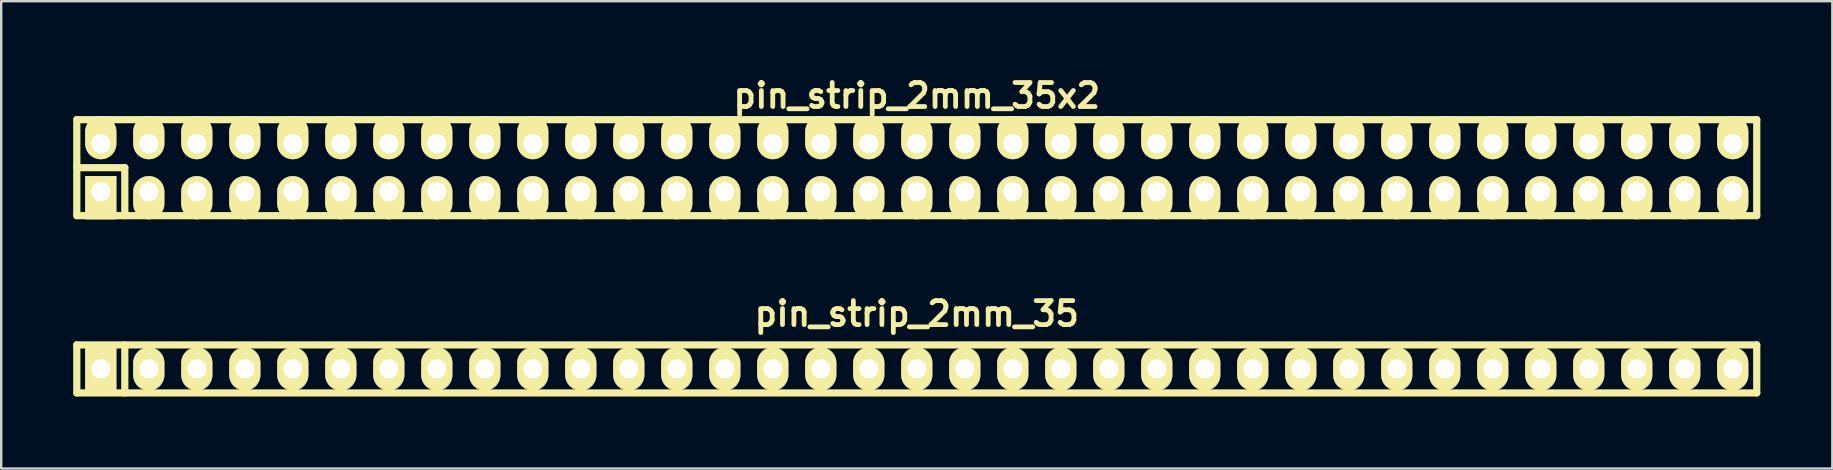
<source format=kicad_pcb>
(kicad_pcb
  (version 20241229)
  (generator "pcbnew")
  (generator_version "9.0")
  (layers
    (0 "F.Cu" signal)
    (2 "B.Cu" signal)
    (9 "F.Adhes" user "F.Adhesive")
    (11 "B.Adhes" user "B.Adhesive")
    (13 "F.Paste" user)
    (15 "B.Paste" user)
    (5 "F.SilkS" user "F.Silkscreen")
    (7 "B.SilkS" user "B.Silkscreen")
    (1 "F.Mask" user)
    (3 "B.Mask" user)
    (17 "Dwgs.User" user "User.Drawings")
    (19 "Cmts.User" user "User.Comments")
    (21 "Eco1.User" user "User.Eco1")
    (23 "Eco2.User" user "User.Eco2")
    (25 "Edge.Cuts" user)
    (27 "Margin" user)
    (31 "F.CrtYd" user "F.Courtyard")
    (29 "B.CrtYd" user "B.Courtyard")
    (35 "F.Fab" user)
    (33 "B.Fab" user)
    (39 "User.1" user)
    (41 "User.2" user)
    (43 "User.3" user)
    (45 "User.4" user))
  (footprint "pin_strip_2mm_35"
    (layer "F.Cu")
    (at 35.15 12.322)
    (property "Reference" "pin_strip_2mm_35" (at 0 -2.3 0) (layer "F.SilkS") (effects (font (size 1 1) (thickness 0.2))))
    (attr through_hole)
    (fp_line (start -35 -1) (end 35 -1) (stroke (width 0.3) (type solid)) (layer "F.SilkS"))
    (fp_line (start -35 1) (end -35 -1) (stroke (width 0.3) (type solid)) (layer "F.SilkS"))
    (fp_line (start -33 -1) (end -33 1) (stroke (width 0.3) (type solid)) (layer "F.SilkS"))
    (fp_line (start 35 -1) (end 35 1) (stroke (width 0.3) (type solid)) (layer "F.SilkS"))
    (fp_line (start 35 1) (end -35 1) (stroke (width 0.3) (type solid)) (layer "F.SilkS"))
    (pad "1" thru_hole rect (at -34 0) (size 1.3 1.8) (drill 0.8) (layers "*.Cu" "*.Mask" "F.SilkS"))
    (pad "2" thru_hole oval (at -32 0) (size 1.3 1.8) (drill 0.8) (layers "*.Cu" "*.Mask" "F.SilkS"))
    (pad "3" thru_hole oval (at -30 0) (size 1.3 1.8) (drill 0.8) (layers "*.Cu" "*.Mask" "F.SilkS"))
    (pad "4" thru_hole oval (at -28 0) (size 1.3 1.8) (drill 0.8) (layers "*.Cu" "*.Mask" "F.SilkS"))
    (pad "5" thru_hole oval (at -26 0) (size 1.3 1.8) (drill 0.8) (layers "*.Cu" "*.Mask" "F.SilkS"))
    (pad "6" thru_hole oval (at -24 0) (size 1.3 1.8) (drill 0.8) (layers "*.Cu" "*.Mask" "F.SilkS"))
    (pad "7" thru_hole oval (at -22 0) (size 1.3 1.8) (drill 0.8) (layers "*.Cu" "*.Mask" "F.SilkS"))
    (pad "8" thru_hole oval (at -20 0) (size 1.3 1.8) (drill 0.8) (layers "*.Cu" "*.Mask" "F.SilkS"))
    (pad "9" thru_hole oval (at -18 0) (size 1.3 1.8) (drill 0.8) (layers "*.Cu" "*.Mask" "F.SilkS"))
    (pad "10" thru_hole oval (at -16 0) (size 1.3 1.8) (drill 0.8) (layers "*.Cu" "*.Mask" "F.SilkS"))
    (pad "11" thru_hole oval (at -14 0) (size 1.3 1.8) (drill 0.8) (layers "*.Cu" "*.Mask" "F.SilkS"))
    (pad "12" thru_hole oval (at -12 0) (size 1.3 1.8) (drill 0.8) (layers "*.Cu" "*.Mask" "F.SilkS"))
    (pad "13" thru_hole oval (at -10 0) (size 1.3 1.8) (drill 0.8) (layers "*.Cu" "*.Mask" "F.SilkS"))
    (pad "14" thru_hole oval (at -8 0) (size 1.3 1.8) (drill 0.8) (layers "*.Cu" "*.Mask" "F.SilkS"))
    (pad "15" thru_hole oval (at -6 0) (size 1.3 1.8) (drill 0.8) (layers "*.Cu" "*.Mask" "F.SilkS"))
    (pad "16" thru_hole oval (at -4 0) (size 1.3 1.8) (drill 0.8) (layers "*.Cu" "*.Mask" "F.SilkS"))
    (pad "17" thru_hole oval (at -2 0) (size 1.3 1.8) (drill 0.8) (layers "*.Cu" "*.Mask" "F.SilkS"))
    (pad "18" thru_hole oval (at 0 0) (size 1.3 1.8) (drill 0.8) (layers "*.Cu" "*.Mask" "F.SilkS"))
    (pad "19" thru_hole oval (at 2 0) (size 1.3 1.8) (drill 0.8) (layers "*.Cu" "*.Mask" "F.SilkS"))
    (pad "20" thru_hole oval (at 4 0) (size 1.3 1.8) (drill 0.8) (layers "*.Cu" "*.Mask" "F.SilkS"))
    (pad "21" thru_hole oval (at 6 0) (size 1.3 1.8) (drill 0.8) (layers "*.Cu" "*.Mask" "F.SilkS"))
    (pad "22" thru_hole oval (at 8 0) (size 1.3 1.8) (drill 0.8) (layers "*.Cu" "*.Mask" "F.SilkS"))
    (pad "23" thru_hole oval (at 10 0) (size 1.3 1.8) (drill 0.8) (layers "*.Cu" "*.Mask" "F.SilkS"))
    (pad "24" thru_hole oval (at 12 0) (size 1.3 1.8) (drill 0.8) (layers "*.Cu" "*.Mask" "F.SilkS"))
    (pad "25" thru_hole oval (at 14 0) (size 1.3 1.8) (drill 0.8) (layers "*.Cu" "*.Mask" "F.SilkS"))
    (pad "26" thru_hole oval (at 16 0) (size 1.3 1.8) (drill 0.8) (layers "*.Cu" "*.Mask" "F.SilkS"))
    (pad "27" thru_hole oval (at 18 0) (size 1.3 1.8) (drill 0.8) (layers "*.Cu" "*.Mask" "F.SilkS"))
    (pad "28" thru_hole oval (at 20 0) (size 1.3 1.8) (drill 0.8) (layers "*.Cu" "*.Mask" "F.SilkS"))
    (pad "29" thru_hole oval (at 22 0) (size 1.3 1.8) (drill 0.8) (layers "*.Cu" "*.Mask" "F.SilkS"))
    (pad "30" thru_hole oval (at 24 0) (size 1.3 1.8) (drill 0.8) (layers "*.Cu" "*.Mask" "F.SilkS"))
    (pad "31" thru_hole oval (at 26 0) (size 1.3 1.8) (drill 0.8) (layers "*.Cu" "*.Mask" "F.SilkS"))
    (pad "32" thru_hole oval (at 28 0) (size 1.3 1.8) (drill 0.8) (layers "*.Cu" "*.Mask" "F.SilkS"))
    (pad "33" thru_hole oval (at 30 0) (size 1.3 1.8) (drill 0.8) (layers "*.Cu" "*.Mask" "F.SilkS"))
    (pad "34" thru_hole oval (at 32 0) (size 1.3 1.8) (drill 0.8) (layers "*.Cu" "*.Mask" "F.SilkS"))
    (pad "35" thru_hole oval (at 34 0) (size 1.3 1.8) (drill 0.8) (layers "*.Cu" "*.Mask" "F.SilkS")))
  (footprint "pin_strip_2mm_35x2"
    (layer "F.Cu")
    (at 35.15 3.936)
    (property "Reference" "pin_strip_2mm_35x2" (at 0 -3 0) (layer "F.SilkS") (effects (font (size 1 1) (thickness 0.2))))
    (attr through_hole)
    (fp_line (start -35 -2) (end 35 -2) (stroke (width 0.3) (type solid)) (layer "F.SilkS"))
    (fp_line (start -35 0) (end -33 0) (stroke (width 0.3) (type solid)) (layer "F.SilkS"))
    (fp_line (start -35 2) (end -35 -2) (stroke (width 0.3) (type solid)) (layer "F.SilkS"))
    (fp_line (start -33 0) (end -33 2) (stroke (width 0.3) (type solid)) (layer "F.SilkS"))
    (fp_line (start 35 -2) (end 35 2) (stroke (width 0.3) (type solid)) (layer "F.SilkS"))
    (fp_line (start 35 2) (end -35 2) (stroke (width 0.3) (type solid)) (layer "F.SilkS"))
    (pad "1" thru_hole rect (at -34 1) (size 1.3 1.8) (drill 0.8 (offset 0 0.25)) (layers "*.Cu" "*.Mask" "F.SilkS"))
    (pad "2" thru_hole oval (at -34 -1) (size 1.3 1.8) (drill 0.8 (offset 0 -0.25)) (layers "*.Cu" "*.Mask" "F.SilkS"))
    (pad "3" thru_hole oval (at -32 1) (size 1.3 1.8) (drill 0.8 (offset 0 0.25)) (layers "*.Cu" "*.Mask" "F.SilkS"))
    (pad "4" thru_hole oval (at -32 -1) (size 1.3 1.8) (drill 0.8 (offset 0 -0.25)) (layers "*.Cu" "*.Mask" "F.SilkS"))
    (pad "5" thru_hole oval (at -30 1) (size 1.3 1.8) (drill 0.8 (offset 0 0.25)) (layers "*.Cu" "*.Mask" "F.SilkS"))
    (pad "6" thru_hole oval (at -30 -1) (size 1.3 1.8) (drill 0.8 (offset 0 -0.25)) (layers "*.Cu" "*.Mask" "F.SilkS"))
    (pad "7" thru_hole oval (at -28 1) (size 1.3 1.8) (drill 0.8 (offset 0 0.25)) (layers "*.Cu" "*.Mask" "F.SilkS"))
    (pad "8" thru_hole oval (at -28 -1) (size 1.3 1.8) (drill 0.8 (offset 0 -0.25)) (layers "*.Cu" "*.Mask" "F.SilkS"))
    (pad "9" thru_hole oval (at -26 1) (size 1.3 1.8) (drill 0.8 (offset 0 0.25)) (layers "*.Cu" "*.Mask" "F.SilkS"))
    (pad "10" thru_hole oval (at -26 -1) (size 1.3 1.8) (drill 0.8 (offset 0 -0.25)) (layers "*.Cu" "*.Mask" "F.SilkS"))
    (pad "11" thru_hole oval (at -24 1) (size 1.3 1.8) (drill 0.8 (offset 0 0.25)) (layers "*.Cu" "*.Mask" "F.SilkS"))
    (pad "12" thru_hole oval (at -24 -1) (size 1.3 1.8) (drill 0.8 (offset 0 -0.25)) (layers "*.Cu" "*.Mask" "F.SilkS"))
    (pad "13" thru_hole oval (at -22 1) (size 1.3 1.8) (drill 0.8 (offset 0 0.25)) (layers "*.Cu" "*.Mask" "F.SilkS"))
    (pad "14" thru_hole oval (at -22 -1) (size 1.3 1.8) (drill 0.8 (offset 0 -0.25)) (layers "*.Cu" "*.Mask" "F.SilkS"))
    (pad "15" thru_hole oval (at -20 1) (size 1.3 1.8) (drill 0.8 (offset 0 0.25)) (layers "*.Cu" "*.Mask" "F.SilkS"))
    (pad "16" thru_hole oval (at -20 -1) (size 1.3 1.8) (drill 0.8 (offset 0 -0.25)) (layers "*.Cu" "*.Mask" "F.SilkS"))
    (pad "17" thru_hole oval (at -18 1) (size 1.3 1.8) (drill 0.8 (offset 0 0.25)) (layers "*.Cu" "*.Mask" "F.SilkS"))
    (pad "18" thru_hole oval (at -18 -1) (size 1.3 1.8) (drill 0.8 (offset 0 -0.25)) (layers "*.Cu" "*.Mask" "F.SilkS"))
    (pad "19" thru_hole oval (at -16 1) (size 1.3 1.8) (drill 0.8 (offset 0 0.25)) (layers "*.Cu" "*.Mask" "F.SilkS"))
    (pad "20" thru_hole oval (at -16 -1) (size 1.3 1.8) (drill 0.8 (offset 0 -0.25)) (layers "*.Cu" "*.Mask" "F.SilkS"))
    (pad "21" thru_hole oval (at -14 1) (size 1.3 1.8) (drill 0.8 (offset 0 0.25)) (layers "*.Cu" "*.Mask" "F.SilkS"))
    (pad "22" thru_hole oval (at -14 -1) (size 1.3 1.8) (drill 0.8 (offset 0 -0.25)) (layers "*.Cu" "*.Mask" "F.SilkS"))
    (pad "23" thru_hole oval (at -12 1) (size 1.3 1.8) (drill 0.8 (offset 0 0.25)) (layers "*.Cu" "*.Mask" "F.SilkS"))
    (pad "24" thru_hole oval (at -12 -1) (size 1.3 1.8) (drill 0.8 (offset 0 -0.25)) (layers "*.Cu" "*.Mask" "F.SilkS"))
    (pad "25" thru_hole oval (at -10 1) (size 1.3 1.8) (drill 0.8 (offset 0 0.25)) (layers "*.Cu" "*.Mask" "F.SilkS"))
    (pad "26" thru_hole oval (at -10 -1) (size 1.3 1.8) (drill 0.8 (offset 0 -0.25)) (layers "*.Cu" "*.Mask" "F.SilkS"))
    (pad "27" thru_hole oval (at -8 1) (size 1.3 1.8) (drill 0.8 (offset 0 0.25)) (layers "*.Cu" "*.Mask" "F.SilkS"))
    (pad "28" thru_hole oval (at -8 -1) (size 1.3 1.8) (drill 0.8 (offset 0 -0.25)) (layers "*.Cu" "*.Mask" "F.SilkS"))
    (pad "29" thru_hole oval (at -6 1) (size 1.3 1.8) (drill 0.8 (offset 0 0.25)) (layers "*.Cu" "*.Mask" "F.SilkS"))
    (pad "30" thru_hole oval (at -6 -1) (size 1.3 1.8) (drill 0.8 (offset 0 -0.25)) (layers "*.Cu" "*.Mask" "F.SilkS"))
    (pad "31" thru_hole oval (at -4 1) (size 1.3 1.8) (drill 0.8 (offset 0 0.25)) (layers "*.Cu" "*.Mask" "F.SilkS"))
    (pad "32" thru_hole oval (at -4 -1) (size 1.3 1.8) (drill 0.8 (offset 0 -0.25)) (layers "*.Cu" "*.Mask" "F.SilkS"))
    (pad "33" thru_hole oval (at -2 1) (size 1.3 1.8) (drill 0.8 (offset 0 0.25)) (layers "*.Cu" "*.Mask" "F.SilkS"))
    (pad "34" thru_hole oval (at -2 -1) (size 1.3 1.8) (drill 0.8 (offset 0 -0.25)) (layers "*.Cu" "*.Mask" "F.SilkS"))
    (pad "35" thru_hole oval (at 0 1) (size 1.3 1.8) (drill 0.8 (offset 0 0.25)) (layers "*.Cu" "*.Mask" "F.SilkS"))
    (pad "36" thru_hole oval (at 0 -1) (size 1.3 1.8) (drill 0.8 (offset 0 -0.25)) (layers "*.Cu" "*.Mask" "F.SilkS"))
    (pad "37" thru_hole oval (at 2 1) (size 1.3 1.8) (drill 0.8 (offset 0 0.25)) (layers "*.Cu" "*.Mask" "F.SilkS"))
    (pad "38" thru_hole oval (at 2 -1) (size 1.3 1.8) (drill 0.8 (offset 0 -0.25)) (layers "*.Cu" "*.Mask" "F.SilkS"))
    (pad "39" thru_hole oval (at 4 1) (size 1.3 1.8) (drill 0.8 (offset 0 0.25)) (layers "*.Cu" "*.Mask" "F.SilkS"))
    (pad "40" thru_hole oval (at 4 -1) (size 1.3 1.8) (drill 0.8 (offset 0 -0.25)) (layers "*.Cu" "*.Mask" "F.SilkS"))
    (pad "41" thru_hole oval (at 6 1) (size 1.3 1.8) (drill 0.8 (offset 0 0.25)) (layers "*.Cu" "*.Mask" "F.SilkS"))
    (pad "42" thru_hole oval (at 6 -1) (size 1.3 1.8) (drill 0.8 (offset 0 -0.25)) (layers "*.Cu" "*.Mask" "F.SilkS"))
    (pad "43" thru_hole oval (at 8 1) (size 1.3 1.8) (drill 0.8 (offset 0 0.25)) (layers "*.Cu" "*.Mask" "F.SilkS"))
    (pad "44" thru_hole oval (at 8 -1) (size 1.3 1.8) (drill 0.8 (offset 0 -0.25)) (layers "*.Cu" "*.Mask" "F.SilkS"))
    (pad "45" thru_hole oval (at 10 1) (size 1.3 1.8) (drill 0.8 (offset 0 0.25)) (layers "*.Cu" "*.Mask" "F.SilkS"))
    (pad "46" thru_hole oval (at 10 -1) (size 1.3 1.8) (drill 0.8 (offset 0 -0.25)) (layers "*.Cu" "*.Mask" "F.SilkS"))
    (pad "47" thru_hole oval (at 12 1) (size 1.3 1.8) (drill 0.8 (offset 0 0.25)) (layers "*.Cu" "*.Mask" "F.SilkS"))
    (pad "48" thru_hole oval (at 12 -1) (size 1.3 1.8) (drill 0.8 (offset 0 -0.25)) (layers "*.Cu" "*.Mask" "F.SilkS"))
    (pad "49" thru_hole oval (at 14 1) (size 1.3 1.8) (drill 0.8 (offset 0 0.25)) (layers "*.Cu" "*.Mask" "F.SilkS"))
    (pad "50" thru_hole oval (at 14 -1) (size 1.3 1.8) (drill 0.8 (offset 0 -0.25)) (layers "*.Cu" "*.Mask" "F.SilkS"))
    (pad "51" thru_hole oval (at 16 1) (size 1.3 1.8) (drill 0.8 (offset 0 0.25)) (layers "*.Cu" "*.Mask" "F.SilkS"))
    (pad "52" thru_hole oval (at 16 -1) (size 1.3 1.8) (drill 0.8 (offset 0 -0.25)) (layers "*.Cu" "*.Mask" "F.SilkS"))
    (pad "53" thru_hole oval (at 18 1) (size 1.3 1.8) (drill 0.8 (offset 0 0.25)) (layers "*.Cu" "*.Mask" "F.SilkS"))
    (pad "54" thru_hole oval (at 18 -1) (size 1.3 1.8) (drill 0.8 (offset 0 -0.25)) (layers "*.Cu" "*.Mask" "F.SilkS"))
    (pad "55" thru_hole oval (at 20 1) (size 1.3 1.8) (drill 0.8 (offset 0 0.25)) (layers "*.Cu" "*.Mask" "F.SilkS"))
    (pad "56" thru_hole oval (at 20 -1) (size 1.3 1.8) (drill 0.8 (offset 0 -0.25)) (layers "*.Cu" "*.Mask" "F.SilkS"))
    (pad "57" thru_hole oval (at 22 1) (size 1.3 1.8) (drill 0.8 (offset 0 0.25)) (layers "*.Cu" "*.Mask" "F.SilkS"))
    (pad "58" thru_hole oval (at 22 -1) (size 1.3 1.8) (drill 0.8 (offset 0 -0.25)) (layers "*.Cu" "*.Mask" "F.SilkS"))
    (pad "59" thru_hole oval (at 24 1) (size 1.3 1.8) (drill 0.8 (offset 0 0.25)) (layers "*.Cu" "*.Mask" "F.SilkS"))
    (pad "60" thru_hole oval (at 24 -1) (size 1.3 1.8) (drill 0.8 (offset 0 -0.25)) (layers "*.Cu" "*.Mask" "F.SilkS"))
    (pad "61" thru_hole oval (at 26 1) (size 1.3 1.8) (drill 0.8 (offset 0 0.25)) (layers "*.Cu" "*.Mask" "F.SilkS"))
    (pad "62" thru_hole oval (at 26 -1) (size 1.3 1.8) (drill 0.8 (offset 0 -0.25)) (layers "*.Cu" "*.Mask" "F.SilkS"))
    (pad "63" thru_hole oval (at 28 1) (size 1.3 1.8) (drill 0.8 (offset 0 0.25)) (layers "*.Cu" "*.Mask" "F.SilkS"))
    (pad "64" thru_hole oval (at 28 -1) (size 1.3 1.8) (drill 0.8 (offset 0 -0.25)) (layers "*.Cu" "*.Mask" "F.SilkS"))
    (pad "65" thru_hole oval (at 30 1) (size 1.3 1.8) (drill 0.8 (offset 0 0.25)) (layers "*.Cu" "*.Mask" "F.SilkS"))
    (pad "66" thru_hole oval (at 30 -1) (size 1.3 1.8) (drill 0.8 (offset 0 -0.25)) (layers "*.Cu" "*.Mask" "F.SilkS"))
    (pad "67" thru_hole oval (at 32 1) (size 1.3 1.8) (drill 0.8 (offset 0 0.25)) (layers "*.Cu" "*.Mask" "F.SilkS"))
    (pad "68" thru_hole oval (at 32 -1) (size 1.3 1.8) (drill 0.8 (offset 0 -0.25)) (layers "*.Cu" "*.Mask" "F.SilkS"))
    (pad "69" thru_hole oval (at 34 1) (size 1.3 1.8) (drill 0.8 (offset 0 0.25)) (layers "*.Cu" "*.Mask" "F.SilkS"))
    (pad "70" thru_hole oval (at 34 -1) (size 1.3 1.8) (drill 0.8 (offset 0 -0.25)) (layers "*.Cu" "*.Mask" "F.SilkS")))
  (gr_rect
    (start -3 -3)
    (end 73.3 16.472)
    (stroke (width 0.1) (type default))
    (fill no)
    (layer "Edge.Cuts")))
</source>
